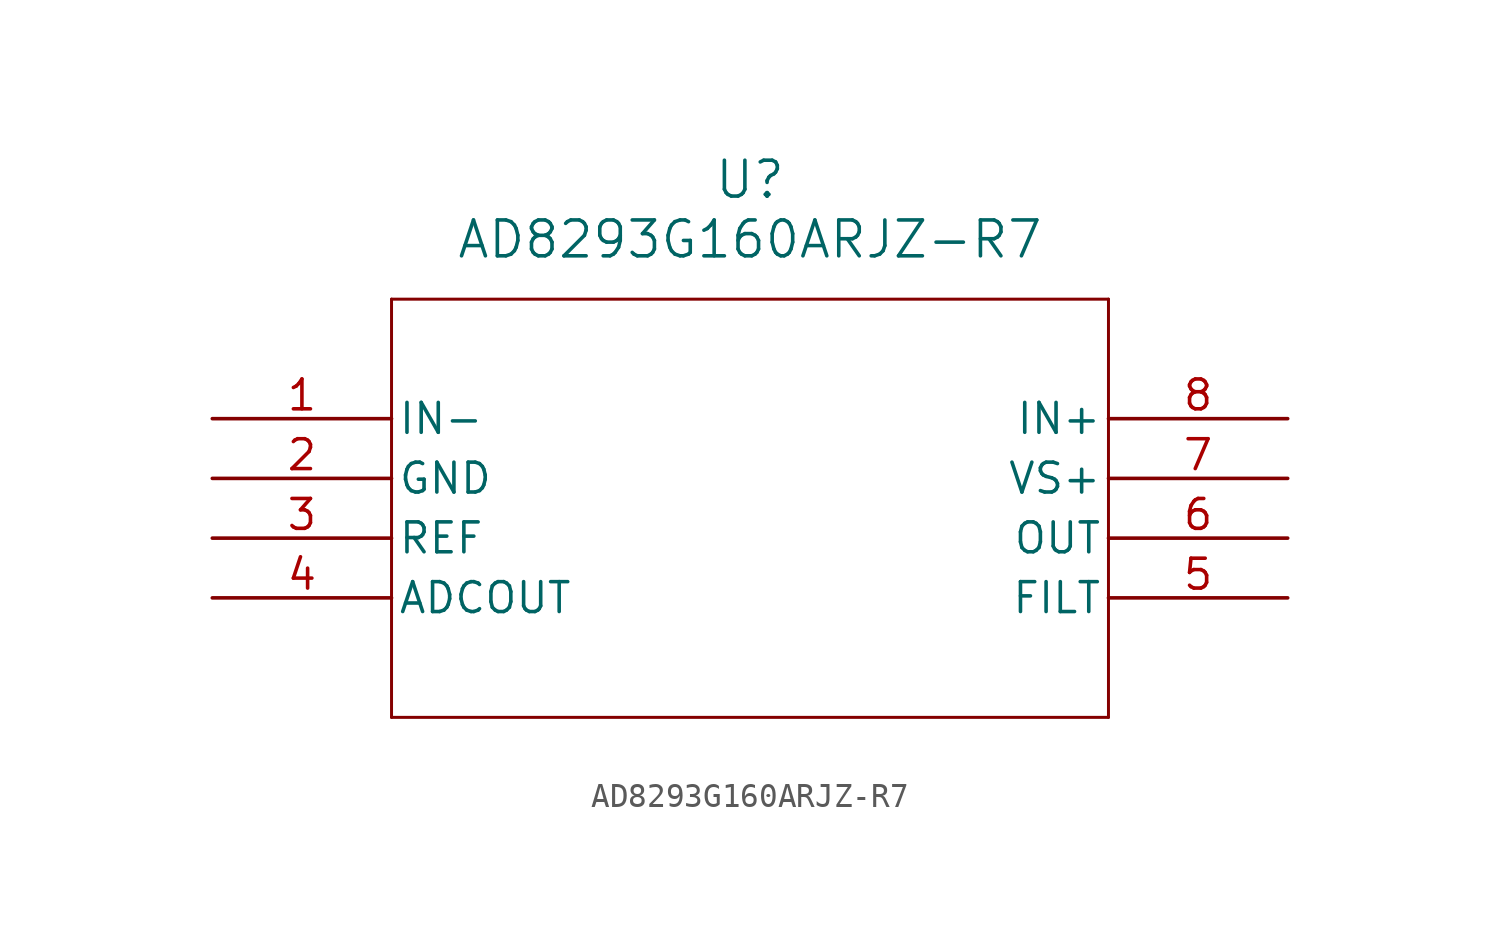
<source format=kicad_sym>
(kicad_symbol_lib
  (version 20211014)
  (generator kicad_symbol_editor)
  (symbol "AD8293G160ARJZ-R7"
    (pin_names
      (offset 0.254))
    (property "Reference" "U"
      (at 22.86 10.16 0)
      (effects (font (size 1.524 1.524))))
    (property "Value" "AD8293G160ARJZ-R7"
      (at 22.86 7.62 0)
      (effects (font (size 1.524 1.524))))
    (symbol "AD8293G160ARJZ-R7_0_1"
      (polyline (pts (xy 7.62 5.08) (xy 7.62 -12.7)) (stroke (width 0.127) (type default) (color 0 0 0 0)) (fill (type none)))
      (polyline (pts (xy 7.62 -12.7) (xy 38.1 -12.7)) (stroke (width 0.127) (type default) (color 0 0 0 0)) (fill (type none)))
      (polyline (pts (xy 38.1 -12.7) (xy 38.1 5.08)) (stroke (width 0.127) (type default) (color 0 0 0 0)) (fill (type none)))
      (polyline (pts (xy 38.1 5.08) (xy 7.62 5.08)) (stroke (width 0.127) (type default) (color 0 0 0 0)) (fill (type none)))
      (pin unspecified line (at 0 0 0) (length 7.62) (name "IN-" (effects (font (size 1.27 1.27)))) (number "1" (effects (font (size 1.27 1.27)))))
      (pin unspecified line (at 0 -2.54 0) (length 7.62) (name "GND" (effects (font (size 1.27 1.27)))) (number "2" (effects (font (size 1.27 1.27)))))
      (pin unspecified line (at 0 -5.08 0) (length 7.62) (name "REF" (effects (font (size 1.27 1.27)))) (number "3" (effects (font (size 1.27 1.27)))))
      (pin unspecified line (at 0 -7.62 0) (length 7.62) (name "ADCOUT" (effects (font (size 1.27 1.27)))) (number "4" (effects (font (size 1.27 1.27)))))
      (pin unspecified line (at 45.72 -7.62 180) (length 7.62) (name "FILT" (effects (font (size 1.27 1.27)))) (number "5" (effects (font (size 1.27 1.27)))))
      (pin unspecified line (at 45.72 -5.08 180) (length 7.62) (name "OUT" (effects (font (size 1.27 1.27)))) (number "6" (effects (font (size 1.27 1.27)))))
      (pin power_in line (at 45.72 -2.54 180) (length 7.62) (name "VS+" (effects (font (size 1.27 1.27)))) (number "7" (effects (font (size 1.27 1.27)))))
      (pin unspecified line (at 45.72 0 180) (length 7.62) (name "IN+" (effects (font (size 1.27 1.27)))) (number "8" (effects (font (size 1.27 1.27))))))))
</source>
